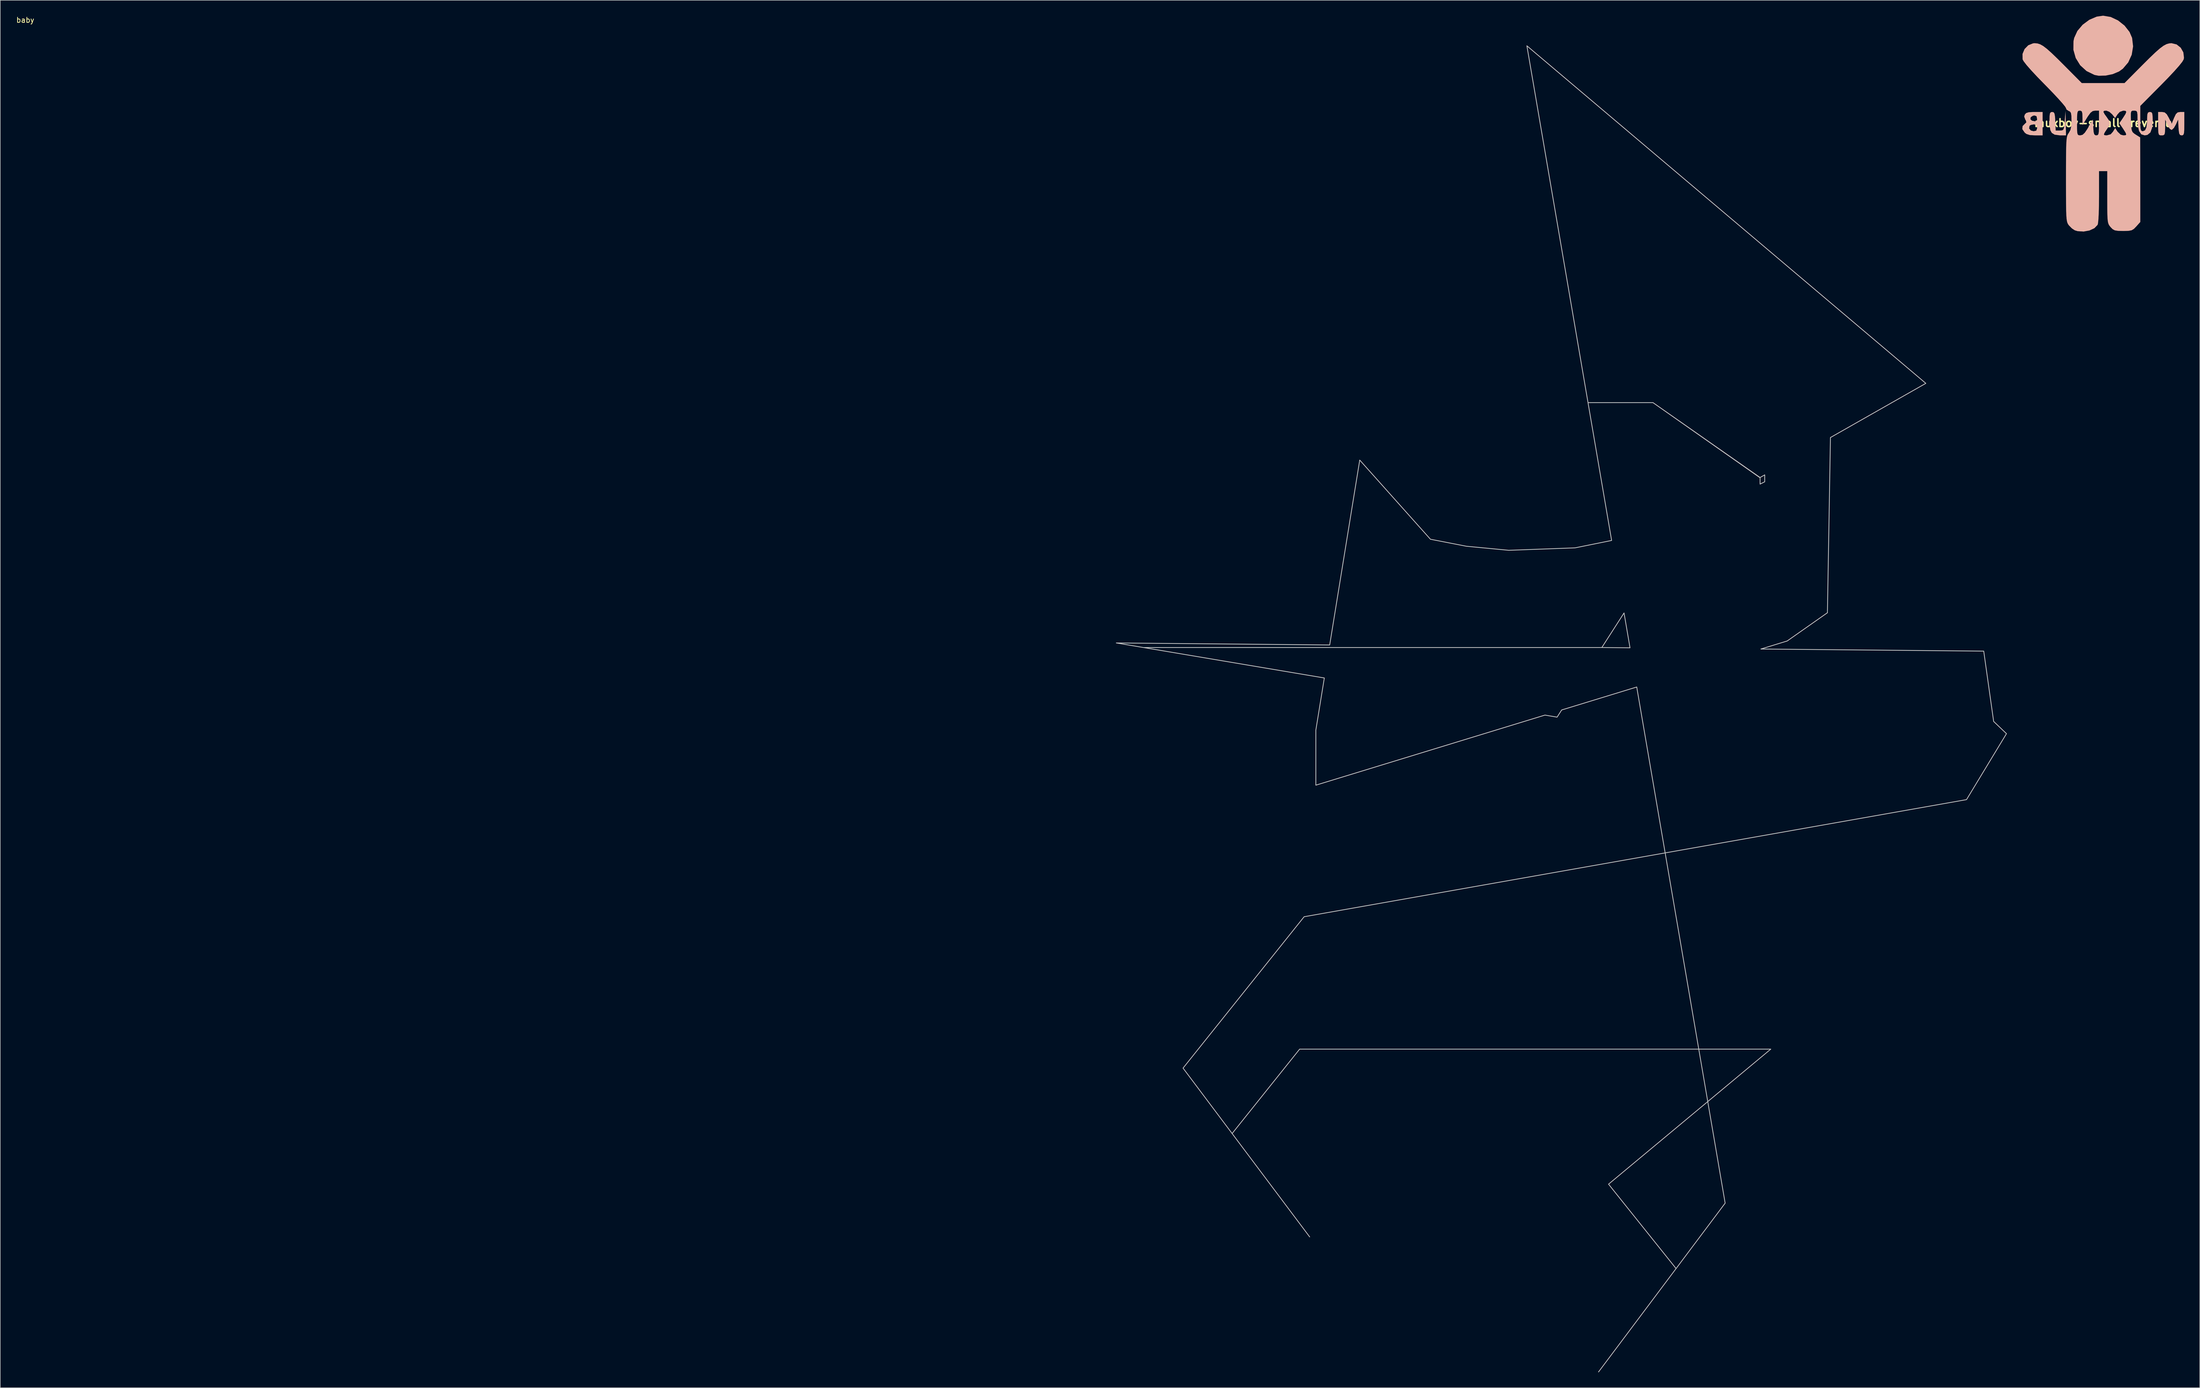
<source format=kicad_pcb>
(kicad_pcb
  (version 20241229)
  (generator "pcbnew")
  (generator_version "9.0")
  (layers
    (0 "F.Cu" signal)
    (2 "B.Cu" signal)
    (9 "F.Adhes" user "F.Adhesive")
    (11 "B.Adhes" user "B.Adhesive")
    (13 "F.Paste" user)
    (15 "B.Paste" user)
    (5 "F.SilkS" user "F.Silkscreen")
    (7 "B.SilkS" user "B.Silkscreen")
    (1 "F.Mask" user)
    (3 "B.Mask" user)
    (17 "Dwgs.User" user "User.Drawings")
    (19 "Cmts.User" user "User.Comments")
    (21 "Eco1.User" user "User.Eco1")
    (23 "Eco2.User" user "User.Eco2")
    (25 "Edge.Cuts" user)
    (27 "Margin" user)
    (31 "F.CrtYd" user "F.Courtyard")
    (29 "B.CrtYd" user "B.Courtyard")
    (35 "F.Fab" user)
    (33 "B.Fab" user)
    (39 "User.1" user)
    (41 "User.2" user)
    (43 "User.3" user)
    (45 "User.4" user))
  (footprint "muxboy-small-reverse"
    (layer "F.Cu")
    (at 406.979 20.86)
    (property "Reference" "muxboy-small-reverse" (at -1.27 0 0) (layer "F.SilkS") (effects (font (size 1.524 1.524) (thickness 0.3))))
    (attr through_hole)
    (fp_poly (pts (xy -8.536 0.067) (xy -8.489 2.406) (xy -9.651 2.406) (xy -10.692 2.268) (xy -11.255 1.917) (xy -11.531 1.396) (xy -11.67 0.537) (xy -11.697 -0.355) (xy -11.681 -1.312) (xy -11.609 -1.851) (xy -11.447 -2.087) (xy -11.175 -2.139) (xy -10.892 -2.077) (xy -10.723 -1.814) (xy -10.627 -1.237) (xy -10.573 -0.334) (xy -10.494 1.471) (xy -9.692 1.471) (xy -9.272 1.451) (xy -9.021 1.313) (xy -8.88 0.942) (xy -8.789 0.222) (xy -8.737 -0.401) (xy -8.583 -2.273) (xy -8.536 0.067)) (stroke (width 0.01) (type solid)) (fill yes) (layer "B.SilkS"))
    (fp_poly (pts (xy 0.194 -20.608) (xy 1.623 -19.933) (xy 2.887 -18.929) (xy 3.857 -17.695) (xy 4.355 -16.537) (xy 4.547 -14.891) (xy 4.282 -13.267) (xy 3.606 -11.784) (xy 2.567 -10.562) (xy 1.81 -10.015) (xy 0.599 -9.505) (xy -0.794 -9.219) (xy -2.14 -9.19) (xy -2.937 -9.341) (xy -4.495 -10.102) (xy -5.731 -11.229) (xy -6.598 -12.633) (xy -7.047 -14.225) (xy -7.028 -15.916) (xy -6.895 -16.537) (xy -6.276 -17.89) (xy -5.254 -19.096) (xy -3.957 -20.057) (xy -2.516 -20.674) (xy -1.27 -20.855) (xy 0.194 -20.608)) (stroke (width 0.01) (type solid)) (fill yes) (layer "B.SilkS"))
    (fp_poly (pts (xy 10.696 -2.046) (xy 11.099 -1.685) (xy 11.491 -1.003) (xy 12.058 0.134) (xy 12.52 -1.003) (xy 12.865 -1.721) (xy 13.22 -2.055) (xy 13.728 -2.139) (xy 13.743 -2.139) (xy 14.505 -2.139) (xy 14.505 0.134) (xy 14.494 1.24) (xy 14.447 1.916) (xy 14.339 2.265) (xy 14.146 2.393) (xy 13.983 2.406) (xy 13.681 2.333) (xy 13.508 2.031) (xy 13.414 1.379) (xy 13.382 0.869) (xy 13.302 -0.668) (xy 12.847 0.334) (xy 12.477 0.963) (xy 12.104 1.312) (xy 12.007 1.337) (xy 11.67 1.111) (xy 11.303 0.549) (xy 11.205 0.334) (xy 10.789 -0.668) (xy 10.775 0.869) (xy 10.752 1.735) (xy 10.662 2.195) (xy 10.451 2.376) (xy 10.093 2.406) (xy 9.769 2.385) (xy 9.572 2.252) (xy 9.469 1.901) (xy 9.431 1.225) (xy 9.425 0.134) (xy 9.425 -2.139) (xy 10.174 -2.139) (xy 10.696 -2.046)) (stroke (width 0.01) (type solid)) (fill yes) (layer "B.SilkS"))
    (fp_poly (pts (xy -13.034 2.406) (xy -14.505 2.406) (xy -15.517 2.345) (xy -16.176 2.13) (xy -16.51 1.872) (xy -16.979 1.192) (xy -16.967 1.066) (xy -15.66 1.066) (xy -15.321 1.469) (xy -14.78 1.604) (xy -14.267 1.497) (xy -14.107 1.072) (xy -14.104 0.936) (xy -14.215 0.426) (xy -14.649 0.27) (xy -14.756 0.267) (xy -15.326 0.371) (xy -15.582 0.548) (xy -15.66 1.066) (xy -16.967 1.066) (xy -16.924 0.604) (xy -16.536 0.209) (xy -16.192 -0.127) (xy -16.289 -0.496) (xy -16.392 -0.645) (xy -16.422 -0.725) (xy -15.406 -0.725) (xy -15.106 -0.444) (xy -14.44 -0.302) (xy -14.129 -0.558) (xy -14.104 -0.758) (xy -14.217 -1.324) (xy -14.618 -1.466) (xy -14.921 -1.41) (xy -15.351 -1.125) (xy -15.406 -0.725) (xy -16.422 -0.725) (xy -16.612 -1.247) (xy -16.49 -1.641) (xy -16.224 -1.933) (xy -15.731 -2.086) (xy -14.875 -2.138) (xy -14.629 -2.139) (xy -13.034 -2.139) (xy -13.034 2.406)) (stroke (width 0.01) (type solid)) (fill yes) (layer "B.SilkS"))
    (fp_poly (pts (xy 13.011 -15.266) (xy 13.808 -14.629) (xy 14.316 -13.729) (xy 14.437 -12.697) (xy 14.381 -12.371) (xy 14.12 -11.914) (xy 13.501 -11.134) (xy 12.559 -10.069) (xy 11.327 -8.76) (xy 10.072 -7.476) (xy 5.949 -3.321) (xy 5.949 -0.858) (xy 5.959 0.304) (xy 6.001 1.031) (xy 6.097 1.423) (xy 6.267 1.581) (xy 6.453 1.604) (xy 6.872 1.43) (xy 7.136 0.87) (xy 7.264 -0.129) (xy 7.282 -0.869) (xy 7.316 -1.646) (xy 7.449 -2.024) (xy 7.738 -2.137) (xy 7.821 -2.139) (xy 8.114 -2.083) (xy 8.275 -1.835) (xy 8.343 -1.275) (xy 8.355 -0.461) (xy 8.246 0.92) (xy 7.91 1.837) (xy 7.333 2.316) (xy 6.803 2.404) (xy 6.151 2.198) (xy 5.711 1.564) (xy 5.47 0.475) (xy 5.414 -0.722) (xy 5.402 -1.638) (xy 5.332 -2.142) (xy 5.155 -2.357) (xy 4.822 -2.406) (xy 4.735 -2.406) (xy 4.394 -2.386) (xy 4.197 -2.253) (xy 4.111 -1.895) (xy 4.104 -1.201) (xy 4.133 -0.339) (xy 4.184 0.712) (xy 4.273 1.369) (xy 4.45 1.774) (xy 4.767 2.07) (xy 5.07 2.268) (xy 5.928 2.807) (xy 5.939 11.025) (xy 5.949 19.242) (xy 5.169 20.115) (xy 4.709 20.586) (xy 4.273 20.848) (xy 3.684 20.962) (xy 2.763 20.988) (xy 2.606 20.988) (xy 1.619 20.967) (xy 0.996 20.867) (xy 0.568 20.636) (xy 0.177 20.238) (xy -0.047 19.96) (xy -0.212 19.669) (xy -0.328 19.283) (xy -0.402 18.721) (xy -0.444 17.901) (xy -0.463 16.74) (xy -0.468 15.158) (xy -0.468 14.423) (xy -0.468 9.358) (xy -2.072 9.358) (xy -2.072 14.322) (xy -2.087 16.066) (xy -2.129 17.567) (xy -2.193 18.748) (xy -2.277 19.529) (xy -2.347 19.8) (xy -2.968 20.447) (xy -3.932 20.894) (xy -5.073 21.1) (xy -6.224 21.026) (xy -6.781 20.86) (xy -7.341 20.491) (xy -7.907 19.918) (xy -7.917 19.905) (xy -8.078 19.684) (xy -8.205 19.434) (xy -8.303 19.095) (xy -8.375 18.606) (xy -8.426 17.906) (xy -8.459 16.935) (xy -8.478 15.632) (xy -8.486 13.938) (xy -8.489 11.79) (xy -8.489 10.901) (xy -8.487 8.573) (xy -8.48 6.719) (xy -8.464 5.279) (xy -8.436 4.194) (xy -8.391 3.403) (xy -8.326 2.845) (xy -8.237 2.461) (xy -8.122 2.19) (xy -7.976 1.973) (xy -7.954 1.945) (xy -7.628 1.369) (xy -7.463 0.594) (xy -7.438 0) (xy -6.35 0) (xy -6.344 1.139) (xy -6.308 1.847) (xy -6.215 2.225) (xy -6.036 2.377) (xy -5.743 2.406) (xy -5.701 2.406) (xy -5.267 2.297) (xy -4.839 1.905) (xy -4.323 1.139) (xy -4.164 0.869) (xy -3.275 -0.668) (xy -3.195 0.869) (xy -3.124 1.748) (xy -2.998 2.214) (xy -2.767 2.39) (xy -2.593 2.406) (xy -2.346 2.363) (xy -2.191 2.165) (xy -2.109 1.712) (xy -2.077 0.901) (xy -2.072 0) (xy -2.072 -2.153) (xy -1.223 -2.153) (xy -0.984 -1.701) (xy -0.602 -1.179) (xy -0.11 -0.455) (xy 0.027 0.085) (xy -0.173 0.64) (xy -0.424 1.028) (xy -0.926 1.776) (xy -1.127 2.189) (xy -1.033 2.365) (xy -0.655 2.406) (xy -0.546 2.406) (xy 0.193 2.201) (xy 0.641 1.697) (xy 1.071 0.988) (xy 1.535 1.697) (xy 2.131 2.267) (xy 2.638 2.406) (xy 3.076 2.381) (xy 3.226 2.236) (xy 3.083 1.867) (xy 2.642 1.171) (xy 2.584 1.083) (xy 1.893 0.039) (xy 2.584 -0.979) (xy 3.071 -1.742) (xy 3.233 -2.174) (xy 3.071 -2.366) (xy 2.638 -2.406) (xy 1.962 -2.158) (xy 1.529 -1.688) (xy 1.059 -0.97) (xy 0.486 -1.688) (xy -0.073 -2.183) (xy -0.648 -2.405) (xy -0.678 -2.406) (xy -1.12 -2.358) (xy -1.223 -2.153) (xy -2.072 -2.153) (xy -2.072 -2.406) (xy -2.813 -2.406) (xy -3.295 -2.32) (xy -3.726 -1.99) (xy -4.223 -1.313) (xy -4.418 -1.003) (xy -5.281 0.4) (xy -5.281 -1.003) (xy -5.306 -1.829) (xy -5.415 -2.25) (xy -5.658 -2.396) (xy -5.815 -2.406) (xy -6.069 -2.366) (xy -6.227 -2.178) (xy -6.311 -1.739) (xy -6.345 -0.949) (xy -6.35 0) (xy -7.438 0) (xy -7.419 -0.462) (xy -7.44 -1.415) (xy -7.528 -1.961) (xy -7.718 -2.231) (xy -7.954 -2.329) (xy -8.389 -2.621) (xy -8.489 -2.895) (xy -8.67 -3.202) (xy -9.178 -3.824) (xy -9.957 -4.699) (xy -10.952 -5.767) (xy -12.11 -6.966) (xy -12.612 -7.476) (xy -14.063 -8.964) (xy -15.254 -10.24) (xy -16.152 -11.266) (xy -16.721 -12.002) (xy -16.921 -12.371) (xy -16.94 -13.416) (xy -16.541 -14.371) (xy -15.823 -15.104) (xy -14.886 -15.483) (xy -14.566 -15.507) (xy -14.042 -15.462) (xy -13.514 -15.294) (xy -12.92 -14.959) (xy -12.2 -14.409) (xy -11.291 -13.599) (xy -10.132 -12.483) (xy -8.894 -11.248) (xy -5.422 -7.754) (xy 2.882 -7.754) (xy 6.354 -11.248) (xy 7.776 -12.663) (xy 8.895 -13.733) (xy 9.773 -14.503) (xy 10.472 -15.019) (xy 11.052 -15.327) (xy 11.576 -15.475) (xy 12.026 -15.507) (xy 13.011 -15.266)) (stroke (width 0.01) (type solid)) (fill yes) (layer "B.SilkS")))
  (footprint "baby"
    (layer "F.Cu")
    (at 1.634 5.852)
    (property "Reference" "baby" (at 0.229 -5.004 180) (layer "F.SilkS") (effects (font (size 1 1) (thickness 0.15))))
    (attr through_hole)
    (fp_poly (pts (xy 292.075 0) (xy 369.611 65.622) (xy 337.398 83.93) (xy 316.583 69.37) (xy 337.398 83.982) (xy 337.398 85.209) (xy 338.299 84.76) (xy 338.299 88.68) (xy 338.299 72.888) (xy 351.288 63.77) (xy 350.486 110.218) (xy 342.661 115.711) (xy 251.058 143.739) (xy 251.058 133.044) (xy 259.59 80.54) (xy 273.33 95.93) (xy 280.305 97.288) (xy 288.552 98.078) (xy 301.441 97.603) (xy 314.278 95.005) (xy 322.66 92.051) (xy 297.944 130.513) (xy 212.276 116.091) (xy 380.865 117.68) (xy 382.794 131.347) (xy 385.286 133.725) (xy 377.52 146.549) (xy 248.782 169.315) (xy 225.249 198.745) (xy 249.859 231.558) (xy 234.785 211.461) (xy 247.91 195.054) (xy 339.479 195.054) (xy 307.948 221.305) (xy 321.074 237.712) (xy 306 257.809) (xy 330.61 224.996)) (stroke (width 0.15) (type solid)) (fill no) (layer "Dwgs.User")))
  (gr_rect
    (start -3 -3)
    (end 424.489 266.736)
    (stroke (width 0.1) (type default))
    (fill no)
    (layer "Edge.Cuts")))
</source>
